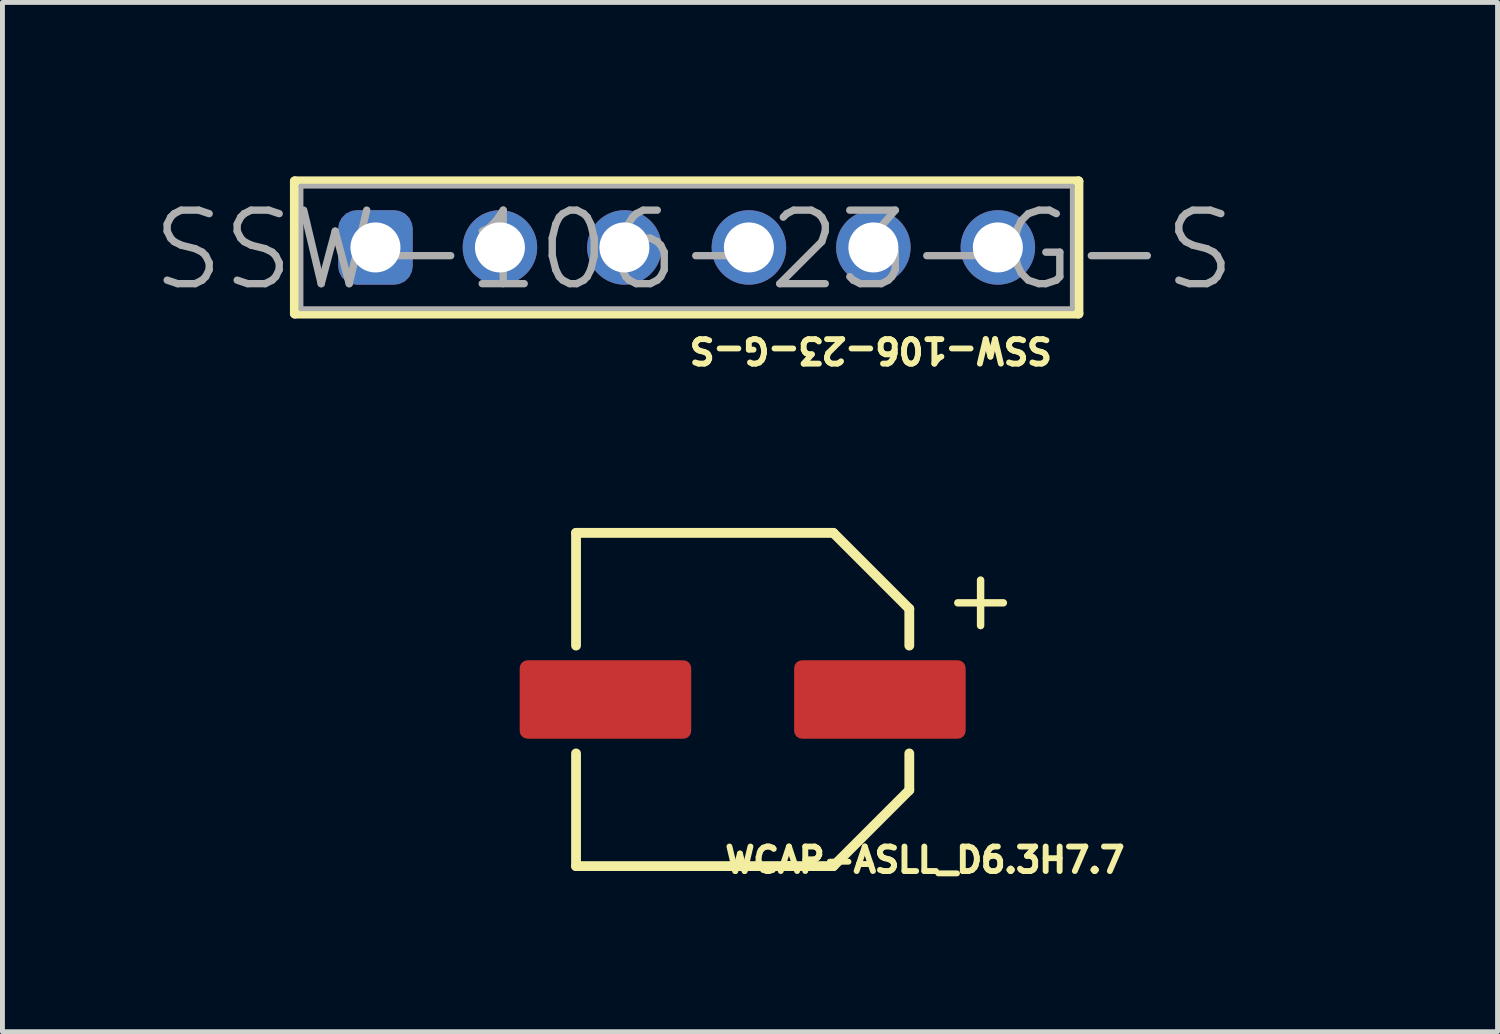
<source format=kicad_pcb>
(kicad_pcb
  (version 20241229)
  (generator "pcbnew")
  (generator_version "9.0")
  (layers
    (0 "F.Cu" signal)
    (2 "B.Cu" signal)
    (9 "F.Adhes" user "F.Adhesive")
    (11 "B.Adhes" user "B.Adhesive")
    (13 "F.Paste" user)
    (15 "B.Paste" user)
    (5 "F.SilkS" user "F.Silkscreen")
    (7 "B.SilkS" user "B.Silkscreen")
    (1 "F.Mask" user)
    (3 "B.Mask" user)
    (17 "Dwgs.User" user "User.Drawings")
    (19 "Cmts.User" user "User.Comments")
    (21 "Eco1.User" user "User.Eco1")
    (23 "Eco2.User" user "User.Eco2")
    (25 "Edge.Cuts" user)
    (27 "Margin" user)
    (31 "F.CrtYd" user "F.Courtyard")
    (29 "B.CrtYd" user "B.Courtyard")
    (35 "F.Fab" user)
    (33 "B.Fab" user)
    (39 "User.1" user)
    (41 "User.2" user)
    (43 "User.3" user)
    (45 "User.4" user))
  (footprint "SSW-106-23-G-S"
    (layer "F.Cu")
    (at 10.961 1.999)
    (property "Reference" "SSW-106-23-G-S" (at 3.757 2.096 180) (unlocked yes) (layer "F.SilkS") (effects (font (size 0.5 0.5) (thickness 0.12))))
    (fp_line (start -7.995 -1.35) (end -7.995 1.35) (stroke (width 0.2) (type solid)) (layer "F.SilkS"))
    (fp_line (start 7.995 -1.35) (end -7.995 -1.35) (stroke (width 0.2) (type solid)) (layer "F.SilkS"))
    (fp_line (start 7.995 -1.35) (end 7.995 1.35) (stroke (width 0.2) (type solid)) (layer "F.SilkS"))
    (fp_line (start 7.995 1.35) (end -7.995 1.35) (stroke (width 0.2) (type solid)) (layer "F.SilkS"))
    (fp_line (start -7.87 -1.25) (end -7.87 1.25) (stroke (width 0.1) (type solid)) (layer "F.Fab"))
    (fp_line (start 7.87 -1.25) (end -7.87 -1.25) (stroke (width 0.1) (type solid)) (layer "F.Fab"))
    (fp_line (start 7.87 -1.25) (end 7.87 1.25) (stroke (width 0.1) (type solid)) (layer "F.Fab"))
    (fp_line (start 7.87 1.25) (end -7.87 1.25) (stroke (width 0.1) (type solid)) (layer "F.Fab"))
    (fp_line (start -7.87 -1.25) (end -7.87 1.25) (stroke (width 0.1) (type solid)) (layer "User.4"))
    (fp_line (start 7.87 -1.25) (end -7.87 -1.25) (stroke (width 0.1) (type solid)) (layer "User.4"))
    (fp_line (start 7.87 -1.25) (end 7.87 1.25) (stroke (width 0.1) (type solid)) (layer "User.4"))
    (fp_line (start 7.87 1.25) (end -7.87 1.25) (stroke (width 0.1) (type solid)) (layer "User.4"))
    (fp_line (start -8.195 -1.55) (end -8.195 1.55) (stroke (width 0.05) (type solid)) (layer "User.13"))
    (fp_line (start 0 -0.5) (end 0 0.5) (stroke (width 0.05) (type solid)) (layer "User.13"))
    (fp_line (start 0.5 0) (end -0.5 0) (stroke (width 0.05) (type solid)) (layer "User.13"))
    (fp_line (start 8.195 -1.55) (end -8.195 -1.55) (stroke (width 0.05) (type solid)) (layer "User.13"))
    (fp_line (start 8.195 -1.55) (end 8.195 1.55) (stroke (width 0.05) (type solid)) (layer "User.13"))
    (fp_line (start 8.195 1.55) (end -8.195 1.55) (stroke (width 0.05) (type solid)) (layer "User.13"))
    (fp_text user "" (at 6.04 -1.639 0) (unlocked yes) (layer "F.SilkS") (effects (font (size 0.5 0.5) (thickness 0.12)) (justify left bottom)))
    (fp_text user "" (at -6.54 -1.639 0) (unlocked yes) (layer "F.SilkS") (effects (font (size 0.5 0.5) (thickness 0.12)) (justify left bottom)))
    (fp_text user "${REFERENCE}" (at 0.15 0.053 0) (unlocked yes) (layer "F.Fab") (effects (font (size 1.5 1.5) (thickness 0.15))))
    (pad "1" thru_hole roundrect (at -6.35 0) (size 1.52 1.52) (drill 1.02) (layers "*.Cu" "*.Mask") (roundrect_rratio 0.25))
    (pad "2" thru_hole circle (at -3.81 0) (size 1.52 1.52) (drill 1.02) (layers "*.Cu" "*.Mask"))
    (pad "3" thru_hole circle (at -1.27 0) (size 1.52 1.52) (drill 1.02) (layers "*.Cu" "*.Mask"))
    (pad "4" thru_hole circle (at 1.27 0) (size 1.52 1.52) (drill 1.02) (layers "*.Cu" "*.Mask"))
    (pad "5" thru_hole circle (at 3.81 0) (size 1.52 1.52) (drill 1.02) (layers "*.Cu" "*.Mask"))
    (pad "6" thru_hole circle (at 6.35 0) (size 1.52 1.52) (drill 1.02) (layers "*.Cu" "*.Mask")))
  (footprint "WCAP-ASLL_D6.3H7.7"
    (layer "F.Cu")
    (at 12.104 11.223)
    (property "Reference" "WCAP-ASLL_D6.3H7.7" (at 3.718 3.275 0) (unlocked yes) (layer "F.SilkS") (effects (font (size 0.5 0.5) (thickness 0.12))))
    (fp_line (start -3.4 -3.4) (end 1.85 -3.4) (stroke (width 0.2) (type solid)) (layer "F.SilkS"))
    (fp_line (start -3.4 -1.1) (end -3.4 -3.4) (stroke (width 0.2) (type solid)) (layer "F.SilkS"))
    (fp_line (start -3.4 3.4) (end -3.4 1.1) (stroke (width 0.2) (type solid)) (layer "F.SilkS"))
    (fp_line (start -3.4 3.4) (end 1.85 3.4) (stroke (width 0.2) (type solid)) (layer "F.SilkS"))
    (fp_line (start 1.85 -3.4) (end 3.4 -1.85) (stroke (width 0.2) (type solid)) (layer "F.SilkS"))
    (fp_line (start 1.85 3.4) (end 3.4 1.85) (stroke (width 0.2) (type solid)) (layer "F.SilkS"))
    (fp_line (start 3.4 -1.1) (end 3.4 -1.85) (stroke (width 0.2) (type solid)) (layer "F.SilkS"))
    (fp_line (start 3.4 1.85) (end 3.4 1.1) (stroke (width 0.2) (type solid)) (layer "F.SilkS"))
    (fp_line (start -0.5 0) (end 0.5 0) (stroke (width 0.05) (type solid)) (layer "User.2"))
    (fp_line (start 0 0.5) (end 0 -0.5) (stroke (width 0.05) (type solid)) (layer "User.2"))
    (fp_rect (start 1.05 0.8) (end 4.55 -0.8) (stroke (width 0.1) (type default)) (fill no) (layer "User.6"))
    (fp_line (start -3.3 -3.3) (end 1.75 -3.3) (stroke (width 0.1) (type solid)) (layer "User.11"))
    (fp_line (start -3.3 3.3) (end -3.3 -3.3) (stroke (width 0.1) (type solid)) (layer "User.11"))
    (fp_line (start -3.3 3.3) (end 1.75 3.3) (stroke (width 0.1) (type solid)) (layer "User.11"))
    (fp_line (start 1.75 -3.3) (end 3.3 -1.75) (stroke (width 0.1) (type solid)) (layer "User.11"))
    (fp_line (start 1.75 3.3) (end 3.3 1.75) (stroke (width 0.1) (type solid)) (layer "User.11"))
    (fp_line (start 3.3 1.75) (end 3.3 -1.75) (stroke (width 0.1) (type solid)) (layer "User.11"))
    (fp_line (start -4.75 -3.6) (end 4.75 -3.6) (stroke (width 0.05) (type solid)) (layer "User.13"))
    (fp_line (start -4.75 3.6) (end -4.75 -3.6) (stroke (width 0.05) (type solid)) (layer "User.13"))
    (fp_line (start -4.75 3.6) (end 4.75 3.6) (stroke (width 0.05) (type solid)) (layer "User.13"))
    (fp_line (start 4.75 3.6) (end 4.75 -3.6) (stroke (width 0.05) (type solid)) (layer "User.13"))
    (fp_text user "+" (at 4 -1.351 0) (unlocked yes) (layer "F.SilkS") (effects (font (size 1.219 1.219) (thickness 0.152)) (justify left bottom)))
    (fp_text user "${REFERENCE}" (at 0.15 0.053 0) (unlocked yes) (layer "User.7") (effects (font (size 1.5 1.5) (thickness 0.15))))
    (pad "1" smd roundrect (at 2.8 0) (size 3.5 1.6) (layers "F.Cu" "F.Mask" "F.Paste") (roundrect_rratio 0.1))
    (pad "2" smd roundrect (at -2.8 0) (size 3.5 1.6) (layers "F.Cu" "F.Mask" "F.Paste") (roundrect_rratio 0.1)))
  (gr_rect
    (start -3 -3)
    (end 27.507 18.002)
    (stroke (width 0.1) (type default))
    (fill no)
    (layer "Edge.Cuts")))
</source>
